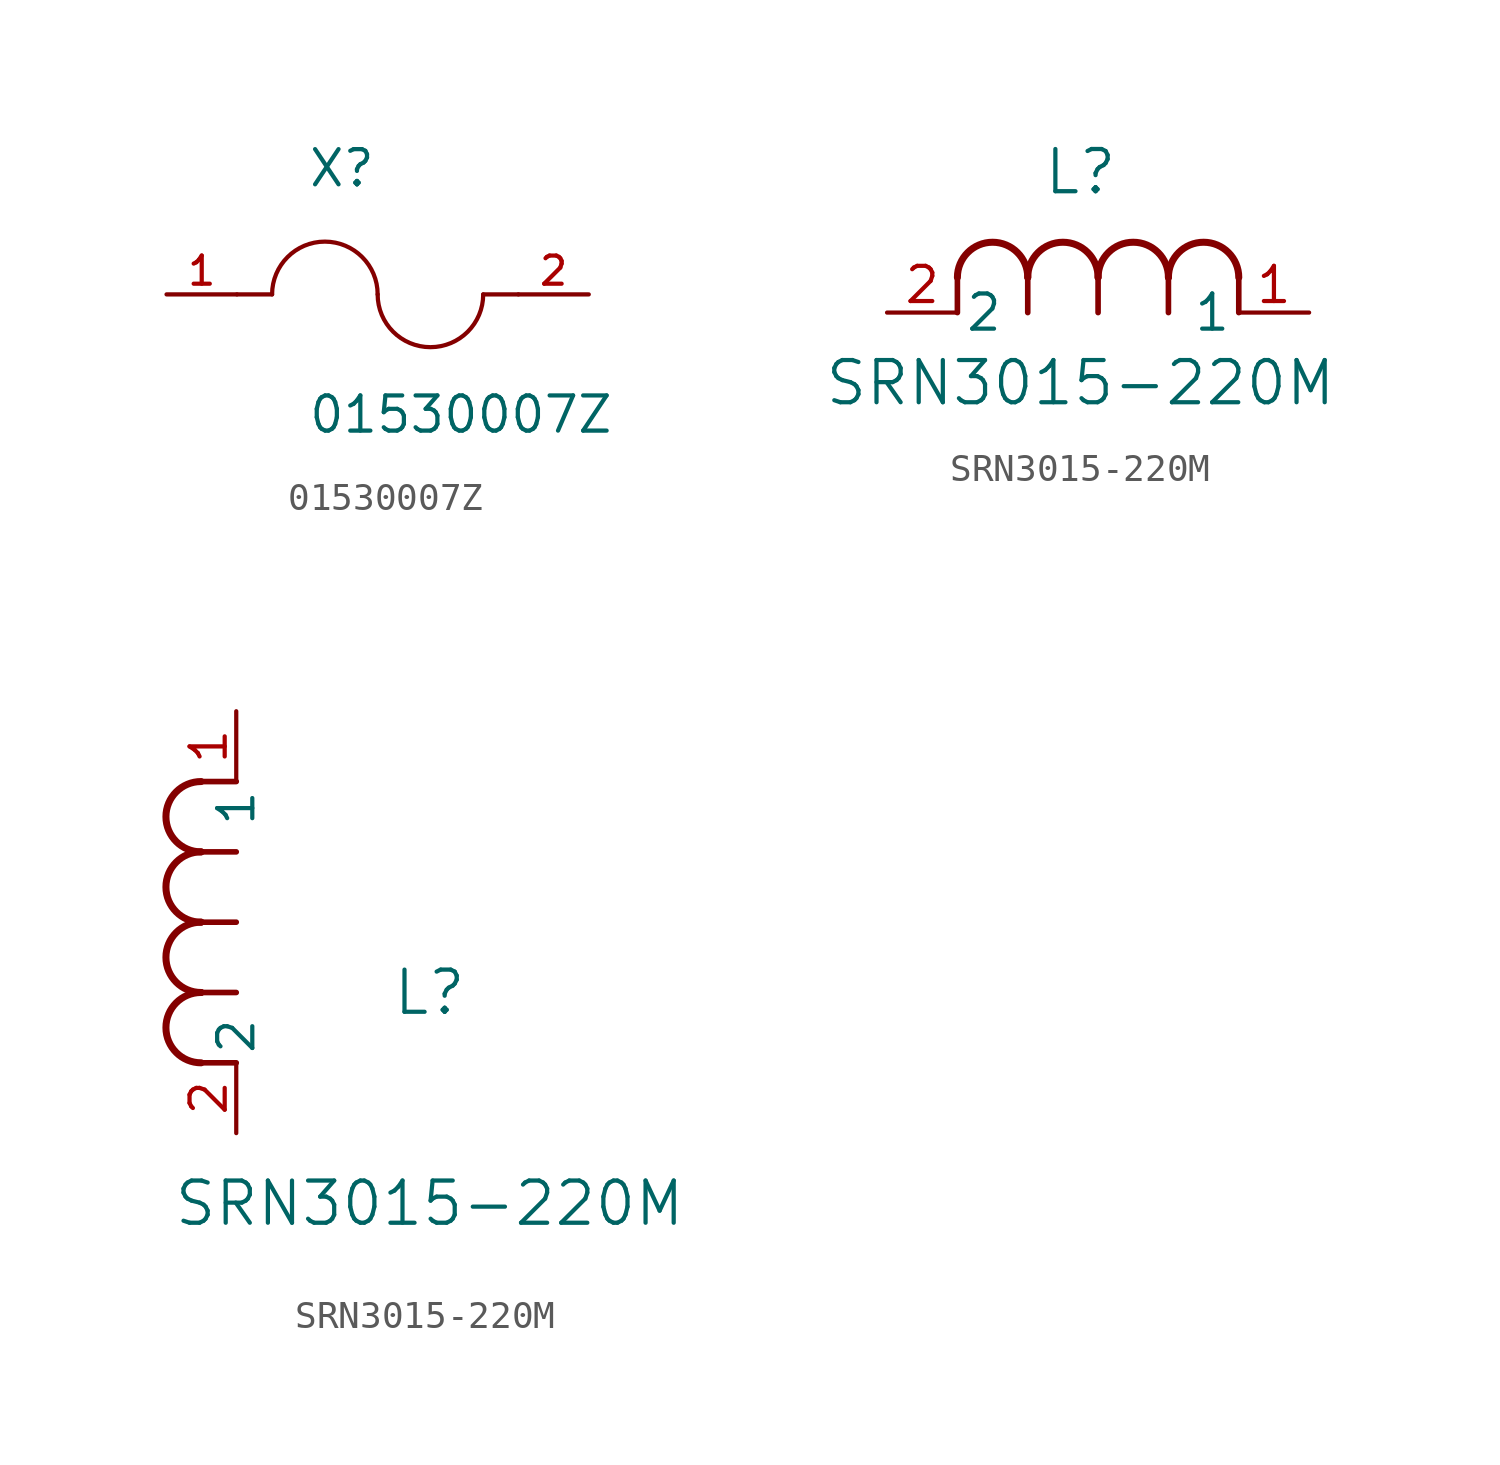
<source format=kicad_sym>
(kicad_symbol_lib
  (version 20231120)
  (generator "kicad_symbol_editor")
  (generator_version "8.0")
  (symbol "01530007Z"
    (pin_names
      (offset 1.016))
    (property "Reference" "X"
      (at -2.54 3.81 0)
      (effects (font (size 1.27 1.27)) (justify left bottom)))
    (property "Value" "01530007Z"
      (at -2.54 -5.08 0)
      (effects (font (size 1.27 1.27)) (justify left bottom)))
    (symbol "01530007Z_0_0"
      (arc (start 0 0) (mid -1.905 1.8967) (end -3.81 0) (stroke (width 0.1524) (type default)) (fill (type none)))
      (polyline (pts (xy -5.08 0) (xy -3.81 0)) (stroke (width 0.152) (type default)) (fill (type none)))
      (polyline (pts (xy 5.08 0) (xy 3.81 0)) (stroke (width 0.152) (type default)) (fill (type none)))
      (arc (start 0 0) (mid 1.905 -1.8967) (end 3.81 0) (stroke (width 0.1524) (type default)) (fill (type none)))
      (pin passive line (at -7.62 0 0) (length 2.54) (name "~" (effects (font (size 1.016 1.016)))) (number "1" (effects (font (size 1.016 1.016)))))
      (pin passive line (at 7.62 0 180) (length 2.54) (name "~" (effects (font (size 1.016 1.016)))) (number "2" (effects (font (size 1.016 1.016)))))))
  (symbol "SRN3015-220M"
    (pin_names
      (offset 0.254))
    (property "Reference" "L"
      (at 6.985 5.08 0)
      (effects (font (size 1.524 1.524))))
    (property "Value" "SRN3015-220M"
      (at 6.985 -2.54 0)
      (effects (font (size 1.524 1.524))))
    (symbol "SRN3015-220M_1_1"
      (polyline (pts (xy 2.54 0) (xy 2.54 1.27)) (stroke (width 0.203) (type default)) (fill (type none)))
      (polyline (pts (xy 5.08 0) (xy 5.08 1.27)) (stroke (width 0.203) (type default)) (fill (type none)))
      (polyline (pts (xy 7.62 0) (xy 7.62 1.27)) (stroke (width 0.203) (type default)) (fill (type none)))
      (polyline (pts (xy 10.16 0) (xy 10.16 1.27)) (stroke (width 0.203) (type default)) (fill (type none)))
      (polyline (pts (xy 12.7 0) (xy 12.7 1.27)) (stroke (width 0.203) (type default)) (fill (type none)))
      (arc (start 5.08 1.27) (mid 3.81 2.5345) (end 2.54 1.27) (stroke (width 0.254) (type default)) (fill (type none)))
      (arc (start 7.62 1.27) (mid 6.35 2.5345) (end 5.08 1.27) (stroke (width 0.254) (type default)) (fill (type none)))
      (arc (start 10.16 1.27) (mid 8.89 2.5345) (end 7.62 1.27) (stroke (width 0.254) (type default)) (fill (type none)))
      (arc (start 12.7 1.27) (mid 11.43 2.5345) (end 10.16 1.27) (stroke (width 0.254) (type default)) (fill (type none)))
      (pin bidirectional line (at 15.24 0 180) (length 2.54) (name "1" (effects (font (size 1.27 1.27)))) (number "1" (effects (font (size 1.27 1.27)))))
      (pin bidirectional line (at 0 0 0) (length 2.54) (name "2" (effects (font (size 1.27 1.27)))) (number "2" (effects (font (size 1.27 1.27))))))
    (symbol "SRN3015-220M_1_2"
      (arc (start -1.27 5.08) (mid -2.5345 3.81) (end -1.27 2.54) (stroke (width 0.254) (type default)) (fill (type none)))
      (arc (start -1.27 7.62) (mid -2.5345 6.35) (end -1.27 5.08) (stroke (width 0.254) (type default)) (fill (type none)))
      (arc (start -1.27 10.16) (mid -2.5345 8.89) (end -1.27 7.62) (stroke (width 0.254) (type default)) (fill (type none)))
      (arc (start -1.27 12.7) (mid -2.5345 11.43) (end -1.27 10.16) (stroke (width 0.254) (type default)) (fill (type none)))
      (polyline (pts (xy 0 2.54) (xy -1.27 2.54)) (stroke (width 0.203) (type default)) (fill (type none)))
      (polyline (pts (xy 0 5.08) (xy -1.27 5.08)) (stroke (width 0.203) (type default)) (fill (type none)))
      (polyline (pts (xy 0 7.62) (xy -1.27 7.62)) (stroke (width 0.203) (type default)) (fill (type none)))
      (polyline (pts (xy 0 10.16) (xy -1.27 10.16)) (stroke (width 0.203) (type default)) (fill (type none)))
      (polyline (pts (xy 0 12.7) (xy -1.27 12.7)) (stroke (width 0.203) (type default)) (fill (type none)))
      (pin unspecified line (at 0 15.24 270) (length 2.54) (name "1" (effects (font (size 1.27 1.27)))) (number "1" (effects (font (size 1.27 1.27)))))
      (pin unspecified line (at 0 0 90) (length 2.54) (name "2" (effects (font (size 1.27 1.27)))) (number "2" (effects (font (size 1.27 1.27))))))))
</source>
